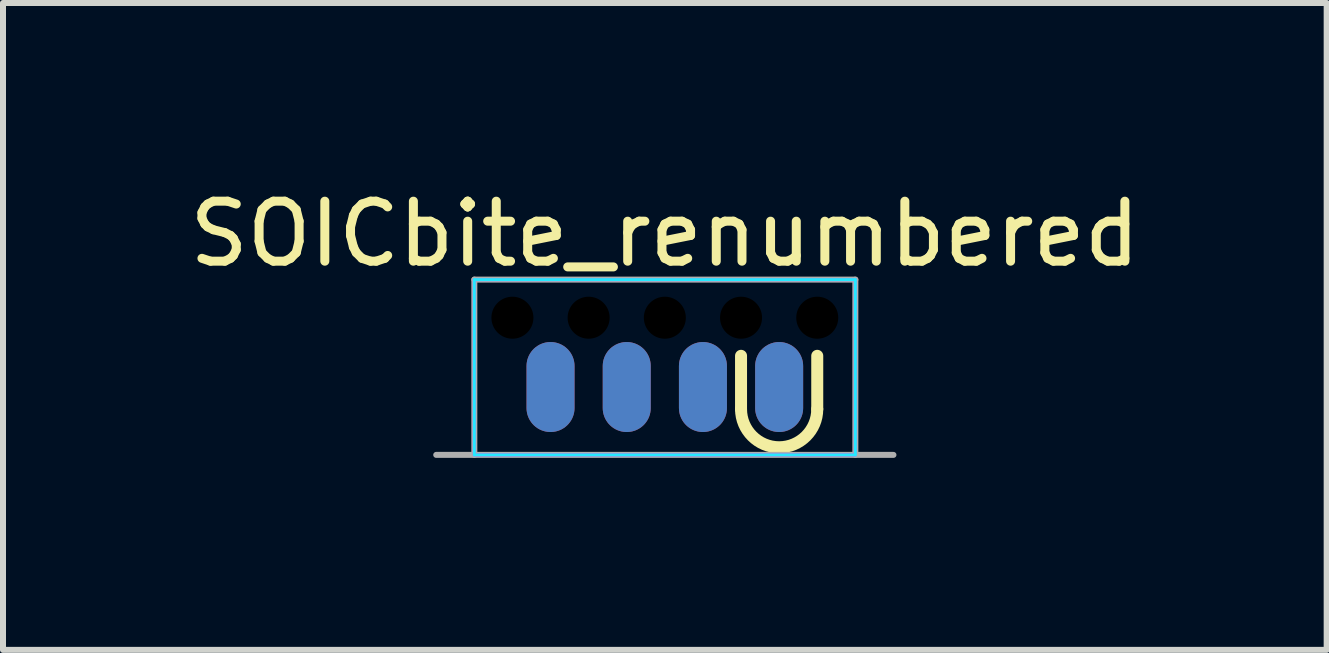
<source format=kicad_pcb>
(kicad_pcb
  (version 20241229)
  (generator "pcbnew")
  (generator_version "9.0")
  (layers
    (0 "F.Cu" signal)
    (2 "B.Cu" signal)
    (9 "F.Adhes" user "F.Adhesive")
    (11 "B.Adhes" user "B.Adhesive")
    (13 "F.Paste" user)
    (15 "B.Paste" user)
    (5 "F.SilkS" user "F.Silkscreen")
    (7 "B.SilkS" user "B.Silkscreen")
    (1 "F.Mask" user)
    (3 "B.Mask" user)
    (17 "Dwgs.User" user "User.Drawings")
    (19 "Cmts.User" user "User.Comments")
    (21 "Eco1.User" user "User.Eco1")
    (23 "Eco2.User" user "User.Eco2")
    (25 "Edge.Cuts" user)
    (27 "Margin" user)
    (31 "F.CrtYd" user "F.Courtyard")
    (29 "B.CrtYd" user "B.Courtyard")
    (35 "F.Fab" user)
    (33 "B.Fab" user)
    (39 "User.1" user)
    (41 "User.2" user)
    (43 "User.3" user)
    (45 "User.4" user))
  (footprint "SOICbite_renumbered"
    (layer "F.Cu")
    (at 8.03 4.531)
    (property "Reference" "SOICbite_renumbered" (at 0 -3.683 0) (layer "F.SilkS") (effects (font (size 1 1) (thickness 0.15))))
    (attr through_hole)
    (fp_line (start 1.27 -0.762) (end 1.27 -1.651) (stroke (width 0.2) (type solid)) (layer "F.SilkS"))
    (fp_line (start 2.54 -0.762) (end 2.54 -1.651) (stroke (width 0.2) (type solid)) (layer "F.SilkS"))
    (fp_arc (start 2.54 -0.762) (mid 1.905 -0.127) (end 1.27 -0.762) (stroke (width 0.2) (type solid)) (layer "F.SilkS"))
    (fp_line (start -3.175 -2.921) (end 3.175 -2.921) (stroke (width 0.05) (type solid)) (layer "B.CrtYd"))
    (fp_line (start -3.175 0) (end -3.175 -2.921) (stroke (width 0.05) (type solid)) (layer "B.CrtYd"))
    (fp_line (start 3.175 -2.921) (end 3.175 0) (stroke (width 0.05) (type solid)) (layer "B.CrtYd"))
    (fp_line (start 3.175 0) (end -3.175 0) (stroke (width 0.05) (type solid)) (layer "B.CrtYd"))
    (fp_line (start -3.175 -2.921) (end -3.175 0) (stroke (width 0.05) (type solid)) (layer "F.CrtYd"))
    (fp_line (start -3.175 0) (end 3.175 0) (stroke (width 0.05) (type solid)) (layer "F.CrtYd"))
    (fp_line (start 3.175 -2.921) (end -3.175 -2.921) (stroke (width 0.05) (type solid)) (layer "F.CrtYd"))
    (fp_line (start 3.175 0) (end 3.175 -2.921) (stroke (width 0.05) (type solid)) (layer "F.CrtYd"))
    (fp_line (start -3.81 0) (end 3.81 0) (stroke (width 0.1) (type solid)) (layer "F.Fab"))
    (fp_line (start -3.175 -2.921) (end -3.175 0) (stroke (width 0.1) (type solid)) (layer "F.Fab"))
    (fp_line (start 3.175 -2.921) (end -3.175 -2.921) (stroke (width 0.1) (type solid)) (layer "F.Fab"))
    (fp_line (start 3.175 0) (end 3.175 -2.921) (stroke (width 0.1) (type solid)) (layer "F.Fab"))
    (pad "" np_thru_hole circle (at -2.54 -2.286) (size 0.7 0.7) (drill 0.7) (layers "*.Mask"))
    (pad "" np_thru_hole circle (at -1.27 -2.286) (size 0.7 0.7) (drill 0.7) (layers "*.Mask"))
    (pad "" np_thru_hole circle (at 0 -2.286) (size 0.7 0.7) (drill 0.7) (layers "*.Mask"))
    (pad "" np_thru_hole circle (at 1.27 -2.286) (size 0.7 0.7) (drill 0.7) (layers "*.Mask"))
    (pad "" np_thru_hole circle (at 2.54 -2.286) (size 0.7 0.7) (drill 0.7) (layers "*.Mask"))
    (pad "1" smd oval (at 1.905 -1.131) (size 0.8 1.5) (layers "F.Cu" "F.Mask"))
    (pad "2" smd oval (at 1.905 -1.131) (size 0.8 1.5) (layers "B.Cu" "B.Mask"))
    (pad "3" smd oval (at 0.635 -1.131) (size 0.8 1.5) (layers "F.Cu" "F.Mask"))
    (pad "4" smd oval (at 0.635 -1.131) (size 0.8 1.5) (layers "B.Cu" "B.Mask"))
    (pad "5" smd oval (at -0.635 -1.131) (size 0.8 1.5) (layers "F.Cu" "F.Mask"))
    (pad "6" smd oval (at -0.635 -1.131) (size 0.8 1.5) (layers "B.Cu" "B.Mask"))
    (pad "7" smd oval (at -1.905 -1.131) (size 0.8 1.5) (layers "F.Cu" "F.Mask"))
    (pad "8" smd oval (at -1.905 -1.131) (size 0.8 1.5) (layers "B.Cu" "B.Mask")))
  (gr_rect
    (start -3 -3)
    (end 19.06 7.781)
    (stroke (width 0.1) (type default))
    (fill no)
    (layer "Edge.Cuts")))
</source>
